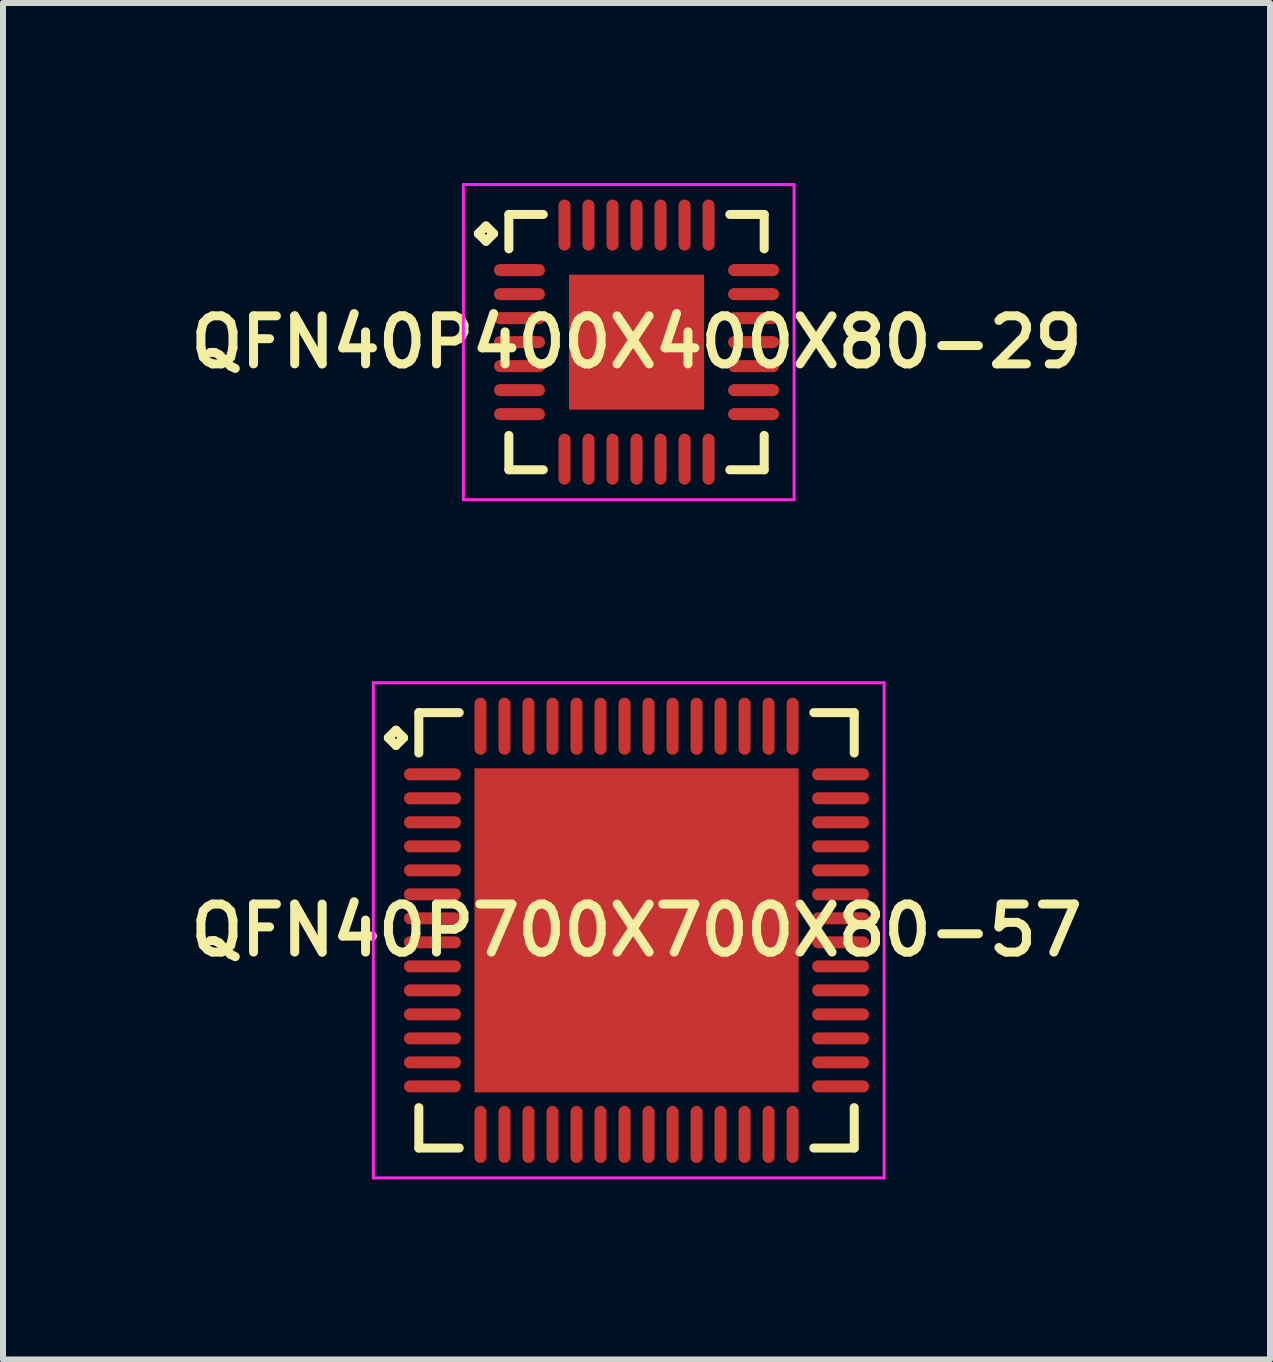
<source format=kicad_pcb>
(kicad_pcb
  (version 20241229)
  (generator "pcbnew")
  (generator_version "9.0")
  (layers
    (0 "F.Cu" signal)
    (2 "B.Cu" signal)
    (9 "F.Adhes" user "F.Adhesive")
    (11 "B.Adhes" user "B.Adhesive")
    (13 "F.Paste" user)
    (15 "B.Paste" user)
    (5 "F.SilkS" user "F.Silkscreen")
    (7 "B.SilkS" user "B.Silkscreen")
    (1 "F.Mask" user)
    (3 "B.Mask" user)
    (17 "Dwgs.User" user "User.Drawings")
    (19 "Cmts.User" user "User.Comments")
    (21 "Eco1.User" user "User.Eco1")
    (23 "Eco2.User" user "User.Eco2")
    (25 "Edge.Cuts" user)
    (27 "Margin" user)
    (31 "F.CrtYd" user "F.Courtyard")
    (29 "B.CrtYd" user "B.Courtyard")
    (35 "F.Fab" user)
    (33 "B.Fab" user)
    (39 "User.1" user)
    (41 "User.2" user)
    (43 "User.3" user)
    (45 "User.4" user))
  (footprint "QFN40P700X700X80-57"
    (layer "F.Cu")
    (at 7.555 12.45)
    (property "Reference" "QFN40P700X700X80-57" (at 0 0 0) (layer "F.SilkS") (effects (font (size 0.8 0.8) (thickness 0.15))))
    (attr smd)
    (fp_line (start -4.135 -3.208) (end -4.008 -3.335) (stroke (width 0.15) (type solid)) (layer "F.SilkS"))
    (fp_line (start -4.008 -3.335) (end -3.881 -3.208) (stroke (width 0.15) (type solid)) (layer "F.SilkS"))
    (fp_line (start -4.008 -3.081) (end -4.135 -3.208) (stroke (width 0.15) (type solid)) (layer "F.SilkS"))
    (fp_line (start -3.881 -3.208) (end -4.008 -3.081) (stroke (width 0.15) (type solid)) (layer "F.SilkS"))
    (fp_line (start -3.627 -3.627) (end -2.954 -3.627) (stroke (width 0.15) (type solid)) (layer "F.SilkS"))
    (fp_line (start -3.627 -2.954) (end -3.627 -3.627) (stroke (width 0.15) (type solid)) (layer "F.SilkS"))
    (fp_line (start -3.627 2.954) (end -3.627 3.627) (stroke (width 0.15) (type solid)) (layer "F.SilkS"))
    (fp_line (start -3.627 3.627) (end -2.954 3.627) (stroke (width 0.15) (type solid)) (layer "F.SilkS"))
    (fp_line (start 2.954 -3.627) (end 3.627 -3.627) (stroke (width 0.15) (type solid)) (layer "F.SilkS"))
    (fp_line (start 2.954 3.627) (end 3.627 3.627) (stroke (width 0.15) (type solid)) (layer "F.SilkS"))
    (fp_line (start 3.627 -3.627) (end 3.627 -2.954) (stroke (width 0.15) (type solid)) (layer "F.SilkS"))
    (fp_line (start 3.627 3.627) (end 3.627 2.954) (stroke (width 0.15) (type solid)) (layer "F.SilkS"))
    (fp_line (start -4.385 -4.125) (end 4.125 -4.125) (stroke (width 0.05) (type solid)) (layer "F.CrtYd"))
    (fp_line (start -4.385 4.125) (end -4.385 -4.125) (stroke (width 0.05) (type solid)) (layer "F.CrtYd"))
    (fp_line (start 4.125 -4.125) (end 4.125 4.125) (stroke (width 0.05) (type solid)) (layer "F.CrtYd"))
    (fp_line (start 4.125 4.125) (end -4.385 4.125) (stroke (width 0.05) (type solid)) (layer "F.CrtYd"))
    (pad "1" smd oval (at -3.4 -2.6) (size 0.95 0.2) (layers "F.Cu" "F.Mask" "F.Paste"))
    (pad "2" smd oval (at -3.4 -2.2) (size 0.95 0.2) (layers "F.Cu" "F.Mask" "F.Paste"))
    (pad "3" smd oval (at -3.4 -1.8) (size 0.95 0.2) (layers "F.Cu" "F.Mask" "F.Paste"))
    (pad "4" smd oval (at -3.4 -1.4) (size 0.95 0.2) (layers "F.Cu" "F.Mask" "F.Paste"))
    (pad "5" smd oval (at -3.4 -1) (size 0.95 0.2) (layers "F.Cu" "F.Mask" "F.Paste"))
    (pad "6" smd oval (at -3.4 -0.6) (size 0.95 0.2) (layers "F.Cu" "F.Mask" "F.Paste"))
    (pad "7" smd oval (at -3.4 -0.2) (size 0.95 0.2) (layers "F.Cu" "F.Mask" "F.Paste"))
    (pad "8" smd oval (at -3.4 0.2) (size 0.95 0.2) (layers "F.Cu" "F.Mask" "F.Paste"))
    (pad "9" smd oval (at -3.4 0.6) (size 0.95 0.2) (layers "F.Cu" "F.Mask" "F.Paste"))
    (pad "10" smd oval (at -3.4 1) (size 0.95 0.2) (layers "F.Cu" "F.Mask" "F.Paste"))
    (pad "11" smd oval (at -3.4 1.4) (size 0.95 0.2) (layers "F.Cu" "F.Mask" "F.Paste"))
    (pad "12" smd oval (at -3.4 1.8) (size 0.95 0.2) (layers "F.Cu" "F.Mask" "F.Paste"))
    (pad "13" smd oval (at -3.4 2.2) (size 0.95 0.2) (layers "F.Cu" "F.Mask" "F.Paste"))
    (pad "14" smd oval (at -3.4 2.6) (size 0.95 0.2) (layers "F.Cu" "F.Mask" "F.Paste"))
    (pad "15" smd oval (at -2.6 3.4) (size 0.2 0.95) (layers "F.Cu" "F.Mask" "F.Paste"))
    (pad "16" smd oval (at -2.2 3.4) (size 0.2 0.95) (layers "F.Cu" "F.Mask" "F.Paste"))
    (pad "17" smd oval (at -1.8 3.4) (size 0.2 0.95) (layers "F.Cu" "F.Mask" "F.Paste"))
    (pad "18" smd oval (at -1.4 3.4) (size 0.2 0.95) (layers "F.Cu" "F.Mask" "F.Paste"))
    (pad "19" smd oval (at -1 3.4) (size 0.2 0.95) (layers "F.Cu" "F.Mask" "F.Paste"))
    (pad "20" smd oval (at -0.6 3.4) (size 0.2 0.95) (layers "F.Cu" "F.Mask" "F.Paste"))
    (pad "21" smd oval (at -0.2 3.4) (size 0.2 0.95) (layers "F.Cu" "F.Mask" "F.Paste"))
    (pad "22" smd oval (at 0.2 3.4) (size 0.2 0.95) (layers "F.Cu" "F.Mask" "F.Paste"))
    (pad "23" smd oval (at 0.6 3.4) (size 0.2 0.95) (layers "F.Cu" "F.Mask" "F.Paste"))
    (pad "24" smd oval (at 1 3.4) (size 0.2 0.95) (layers "F.Cu" "F.Mask" "F.Paste"))
    (pad "25" smd oval (at 1.4 3.4) (size 0.2 0.95) (layers "F.Cu" "F.Mask" "F.Paste"))
    (pad "26" smd oval (at 1.8 3.4) (size 0.2 0.95) (layers "F.Cu" "F.Mask" "F.Paste"))
    (pad "27" smd oval (at 2.2 3.4) (size 0.2 0.95) (layers "F.Cu" "F.Mask" "F.Paste"))
    (pad "28" smd oval (at 2.6 3.4) (size 0.2 0.95) (layers "F.Cu" "F.Mask" "F.Paste"))
    (pad "29" smd oval (at 3.4 2.6) (size 0.95 0.2) (layers "F.Cu" "F.Mask" "F.Paste"))
    (pad "30" smd oval (at 3.4 2.2) (size 0.95 0.2) (layers "F.Cu" "F.Mask" "F.Paste"))
    (pad "31" smd oval (at 3.4 1.8) (size 0.95 0.2) (layers "F.Cu" "F.Mask" "F.Paste"))
    (pad "32" smd oval (at 3.4 1.4) (size 0.95 0.2) (layers "F.Cu" "F.Mask" "F.Paste"))
    (pad "33" smd oval (at 3.4 1) (size 0.95 0.2) (layers "F.Cu" "F.Mask" "F.Paste"))
    (pad "34" smd oval (at 3.4 0.6) (size 0.95 0.2) (layers "F.Cu" "F.Mask" "F.Paste"))
    (pad "35" smd oval (at 3.4 0.2) (size 0.95 0.2) (layers "F.Cu" "F.Mask" "F.Paste"))
    (pad "36" smd oval (at 3.4 -0.2) (size 0.95 0.2) (layers "F.Cu" "F.Mask" "F.Paste"))
    (pad "37" smd oval (at 3.4 -0.6) (size 0.95 0.2) (layers "F.Cu" "F.Mask" "F.Paste"))
    (pad "38" smd oval (at 3.4 -1) (size 0.95 0.2) (layers "F.Cu" "F.Mask" "F.Paste"))
    (pad "39" smd oval (at 3.4 -1.4) (size 0.95 0.2) (layers "F.Cu" "F.Mask" "F.Paste"))
    (pad "40" smd oval (at 3.4 -1.8) (size 0.95 0.2) (layers "F.Cu" "F.Mask" "F.Paste"))
    (pad "41" smd oval (at 3.4 -2.2) (size 0.95 0.2) (layers "F.Cu" "F.Mask" "F.Paste"))
    (pad "42" smd oval (at 3.4 -2.6) (size 0.95 0.2) (layers "F.Cu" "F.Mask" "F.Paste"))
    (pad "43" smd oval (at 2.6 -3.4) (size 0.2 0.95) (layers "F.Cu" "F.Mask" "F.Paste"))
    (pad "44" smd oval (at 2.2 -3.4) (size 0.2 0.95) (layers "F.Cu" "F.Mask" "F.Paste"))
    (pad "45" smd oval (at 1.8 -3.4) (size 0.2 0.95) (layers "F.Cu" "F.Mask" "F.Paste"))
    (pad "46" smd oval (at 1.4 -3.4) (size 0.2 0.95) (layers "F.Cu" "F.Mask" "F.Paste"))
    (pad "47" smd oval (at 1 -3.4) (size 0.2 0.95) (layers "F.Cu" "F.Mask" "F.Paste"))
    (pad "48" smd oval (at 0.6 -3.4) (size 0.2 0.95) (layers "F.Cu" "F.Mask" "F.Paste"))
    (pad "49" smd oval (at 0.2 -3.4) (size 0.2 0.95) (layers "F.Cu" "F.Mask" "F.Paste"))
    (pad "50" smd oval (at -0.2 -3.4) (size 0.2 0.95) (layers "F.Cu" "F.Mask" "F.Paste"))
    (pad "51" smd oval (at -0.6 -3.4) (size 0.2 0.95) (layers "F.Cu" "F.Mask" "F.Paste"))
    (pad "52" smd oval (at -1 -3.4) (size 0.2 0.95) (layers "F.Cu" "F.Mask" "F.Paste"))
    (pad "53" smd oval (at -1.4 -3.4) (size 0.2 0.95) (layers "F.Cu" "F.Mask" "F.Paste"))
    (pad "54" smd oval (at -1.8 -3.4) (size 0.2 0.95) (layers "F.Cu" "F.Mask" "F.Paste"))
    (pad "55" smd oval (at -2.2 -3.4) (size 0.2 0.95) (layers "F.Cu" "F.Mask" "F.Paste"))
    (pad "56" smd oval (at -2.6 -3.4) (size 0.2 0.95) (layers "F.Cu" "F.Mask" "F.Paste"))
    (pad "57" smd rect (at 0 0) (size 5.4 5.4) (layers "F.Cu" "F.Mask" "F.Paste")))
  (footprint "QFN40P400X400X80-29"
    (layer "F.Cu")
    (at 7.555 2.65)
    (property "Reference" "QFN40P400X400X80-29" (at 0 0 0) (layer "F.SilkS") (effects (font (size 0.8 0.8) (thickness 0.15))))
    (attr smd)
    (fp_line (start -2.635 -1.808) (end -2.508 -1.935) (stroke (width 0.15) (type solid)) (layer "F.SilkS"))
    (fp_line (start -2.508 -1.935) (end -2.381 -1.808) (stroke (width 0.15) (type solid)) (layer "F.SilkS"))
    (fp_line (start -2.508 -1.681) (end -2.635 -1.808) (stroke (width 0.15) (type solid)) (layer "F.SilkS"))
    (fp_line (start -2.381 -1.808) (end -2.508 -1.681) (stroke (width 0.15) (type solid)) (layer "F.SilkS"))
    (fp_line (start -2.127 -2.127) (end -1.554 -2.127) (stroke (width 0.15) (type solid)) (layer "F.SilkS"))
    (fp_line (start -2.127 -1.554) (end -2.127 -2.127) (stroke (width 0.15) (type solid)) (layer "F.SilkS"))
    (fp_line (start -2.127 1.554) (end -2.127 2.127) (stroke (width 0.15) (type solid)) (layer "F.SilkS"))
    (fp_line (start -2.127 2.127) (end -1.554 2.127) (stroke (width 0.15) (type solid)) (layer "F.SilkS"))
    (fp_line (start 1.554 -2.127) (end 2.127 -2.127) (stroke (width 0.15) (type solid)) (layer "F.SilkS"))
    (fp_line (start 1.554 2.127) (end 2.127 2.127) (stroke (width 0.15) (type solid)) (layer "F.SilkS"))
    (fp_line (start 2.127 -2.127) (end 2.127 -1.554) (stroke (width 0.15) (type solid)) (layer "F.SilkS"))
    (fp_line (start 2.127 2.127) (end 2.127 1.554) (stroke (width 0.15) (type solid)) (layer "F.SilkS"))
    (fp_line (start -2.885 -2.625) (end 2.625 -2.625) (stroke (width 0.05) (type solid)) (layer "F.CrtYd"))
    (fp_line (start -2.885 2.625) (end -2.885 -2.625) (stroke (width 0.05) (type solid)) (layer "F.CrtYd"))
    (fp_line (start 2.625 -2.625) (end 2.625 2.625) (stroke (width 0.05) (type solid)) (layer "F.CrtYd"))
    (fp_line (start 2.625 2.625) (end -2.885 2.625) (stroke (width 0.05) (type solid)) (layer "F.CrtYd"))
    (pad "1" smd oval (at -1.95 -1.2) (size 0.85 0.2) (layers "F.Cu" "F.Mask" "F.Paste"))
    (pad "2" smd oval (at -1.95 -0.8) (size 0.85 0.2) (layers "F.Cu" "F.Mask" "F.Paste"))
    (pad "3" smd oval (at -1.95 -0.4) (size 0.85 0.2) (layers "F.Cu" "F.Mask" "F.Paste"))
    (pad "4" smd oval (at -1.95 0) (size 0.85 0.2) (layers "F.Cu" "F.Mask" "F.Paste"))
    (pad "5" smd oval (at -1.95 0.4) (size 0.85 0.2) (layers "F.Cu" "F.Mask" "F.Paste"))
    (pad "6" smd oval (at -1.95 0.8) (size 0.85 0.2) (layers "F.Cu" "F.Mask" "F.Paste"))
    (pad "7" smd oval (at -1.95 1.2) (size 0.85 0.2) (layers "F.Cu" "F.Mask" "F.Paste"))
    (pad "8" smd oval (at -1.2 1.95) (size 0.2 0.85) (layers "F.Cu" "F.Mask" "F.Paste"))
    (pad "9" smd oval (at -0.8 1.95) (size 0.2 0.85) (layers "F.Cu" "F.Mask" "F.Paste"))
    (pad "10" smd oval (at -0.4 1.95) (size 0.2 0.85) (layers "F.Cu" "F.Mask" "F.Paste"))
    (pad "11" smd oval (at 0 1.95) (size 0.2 0.85) (layers "F.Cu" "F.Mask" "F.Paste"))
    (pad "12" smd oval (at 0.4 1.95) (size 0.2 0.85) (layers "F.Cu" "F.Mask" "F.Paste"))
    (pad "13" smd oval (at 0.8 1.95) (size 0.2 0.85) (layers "F.Cu" "F.Mask" "F.Paste"))
    (pad "14" smd oval (at 1.2 1.95) (size 0.2 0.85) (layers "F.Cu" "F.Mask" "F.Paste"))
    (pad "15" smd oval (at 1.95 1.2) (size 0.85 0.2) (layers "F.Cu" "F.Mask" "F.Paste"))
    (pad "16" smd oval (at 1.95 0.8) (size 0.85 0.2) (layers "F.Cu" "F.Mask" "F.Paste"))
    (pad "17" smd oval (at 1.95 0.4) (size 0.85 0.2) (layers "F.Cu" "F.Mask" "F.Paste"))
    (pad "18" smd oval (at 1.95 0) (size 0.85 0.2) (layers "F.Cu" "F.Mask" "F.Paste"))
    (pad "19" smd oval (at 1.95 -0.4) (size 0.85 0.2) (layers "F.Cu" "F.Mask" "F.Paste"))
    (pad "20" smd oval (at 1.95 -0.8) (size 0.85 0.2) (layers "F.Cu" "F.Mask" "F.Paste"))
    (pad "21" smd oval (at 1.95 -1.2) (size 0.85 0.2) (layers "F.Cu" "F.Mask" "F.Paste"))
    (pad "22" smd oval (at 1.2 -1.95) (size 0.2 0.85) (layers "F.Cu" "F.Mask" "F.Paste"))
    (pad "23" smd oval (at 0.8 -1.95) (size 0.2 0.85) (layers "F.Cu" "F.Mask" "F.Paste"))
    (pad "24" smd oval (at 0.4 -1.95) (size 0.2 0.85) (layers "F.Cu" "F.Mask" "F.Paste"))
    (pad "25" smd oval (at 0 -1.95) (size 0.2 0.85) (layers "F.Cu" "F.Mask" "F.Paste"))
    (pad "26" smd oval (at -0.4 -1.95) (size 0.2 0.85) (layers "F.Cu" "F.Mask" "F.Paste"))
    (pad "27" smd oval (at -0.8 -1.95) (size 0.2 0.85) (layers "F.Cu" "F.Mask" "F.Paste"))
    (pad "28" smd oval (at -1.2 -1.95) (size 0.2 0.85) (layers "F.Cu" "F.Mask" "F.Paste"))
    (pad "29" smd rect (at 0 0) (size 2.25 2.25) (layers "F.Cu" "F.Mask" "F.Paste")))
  (gr_rect
    (start -3 -3)
    (end 18.109 19.6)
    (stroke (width 0.1) (type default))
    (fill no)
    (layer "Edge.Cuts")))
</source>
